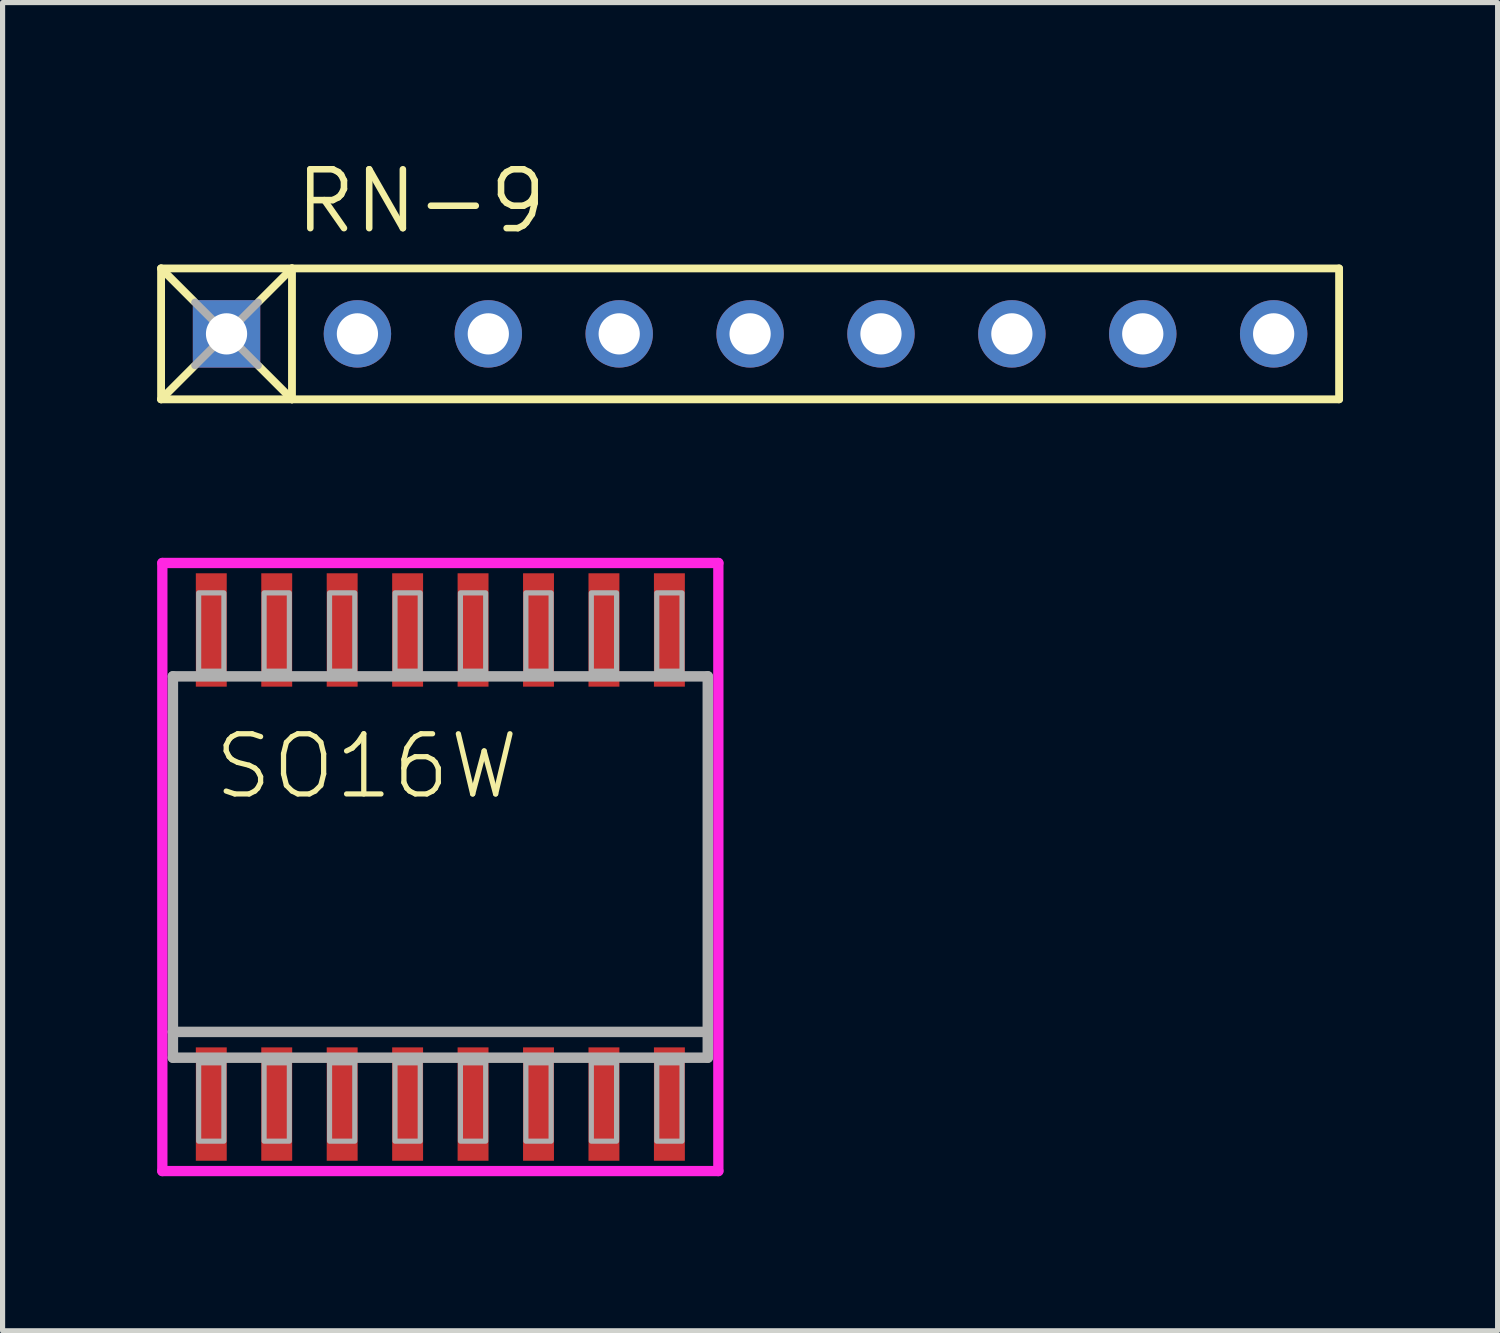
<source format=kicad_pcb>
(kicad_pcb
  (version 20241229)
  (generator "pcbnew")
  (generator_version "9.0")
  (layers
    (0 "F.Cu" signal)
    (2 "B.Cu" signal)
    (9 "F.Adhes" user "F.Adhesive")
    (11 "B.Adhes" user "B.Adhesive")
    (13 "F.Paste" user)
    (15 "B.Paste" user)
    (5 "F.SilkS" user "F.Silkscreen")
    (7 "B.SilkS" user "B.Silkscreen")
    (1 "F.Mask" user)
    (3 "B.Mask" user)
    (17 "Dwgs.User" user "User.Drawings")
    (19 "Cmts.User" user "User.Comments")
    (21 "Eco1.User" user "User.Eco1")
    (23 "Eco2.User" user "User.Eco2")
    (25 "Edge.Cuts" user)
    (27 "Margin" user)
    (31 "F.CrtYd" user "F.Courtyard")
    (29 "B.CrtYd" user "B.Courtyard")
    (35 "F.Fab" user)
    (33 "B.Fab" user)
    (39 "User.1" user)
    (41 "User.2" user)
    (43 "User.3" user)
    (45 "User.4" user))
  (footprint "SO16W"
    (layer "F.Cu")
    (at 5.495 13.775)
    (property "Reference" "SO16W" (at -4.445 -1.27 0) (layer "F.SilkS") (effects (font (size 1.168 1.168) (thickness 0.102)) (justify left bottom)))
    (fp_line (start -5.395 -5.9) (end 5.395 -5.9) (stroke (width 0.2) (type solid)) (layer "F.CrtYd"))
    (fp_line (start -5.395 5.9) (end -5.395 -5.9) (stroke (width 0.2) (type solid)) (layer "F.CrtYd"))
    (fp_line (start 5.395 -5.9) (end 5.395 5.9) (stroke (width 0.2) (type solid)) (layer "F.CrtYd"))
    (fp_line (start 5.395 5.9) (end -5.395 5.9) (stroke (width 0.2) (type solid)) (layer "F.CrtYd"))
    (fp_line (start -5.19 -3.7) (end 5.19 -3.7) (stroke (width 0.203) (type solid)) (layer "F.Fab"))
    (fp_line (start -5.19 3.2) (end -5.19 -3.7) (stroke (width 0.203) (type solid)) (layer "F.Fab"))
    (fp_line (start -5.19 3.7) (end -5.19 3.2) (stroke (width 0.203) (type solid)) (layer "F.Fab"))
    (fp_line (start 5.19 -3.7) (end 5.19 3.2) (stroke (width 0.203) (type solid)) (layer "F.Fab"))
    (fp_line (start 5.19 3.2) (end -5.19 3.2) (stroke (width 0.203) (type solid)) (layer "F.Fab"))
    (fp_line (start 5.19 3.2) (end 5.19 3.7) (stroke (width 0.203) (type solid)) (layer "F.Fab"))
    (fp_line (start 5.19 3.7) (end -5.19 3.7) (stroke (width 0.203) (type solid)) (layer "F.Fab"))
    (fp_poly (pts (xy -4.69 -3.8) (xy -4.2 -3.8) (xy -4.2 -5.32) (xy -4.69 -5.32)) (stroke (width 0.1) (type default)) (fill no) (layer "F.Fab"))
    (fp_poly (pts (xy -4.69 5.32) (xy -4.2 5.32) (xy -4.2 3.8) (xy -4.69 3.8)) (stroke (width 0.1) (type default)) (fill no) (layer "F.Fab"))
    (fp_poly (pts (xy -3.42 -3.8) (xy -2.93 -3.8) (xy -2.93 -5.32) (xy -3.42 -5.32)) (stroke (width 0.1) (type default)) (fill no) (layer "F.Fab"))
    (fp_poly (pts (xy -3.42 5.32) (xy -2.93 5.32) (xy -2.93 3.8) (xy -3.42 3.8)) (stroke (width 0.1) (type default)) (fill no) (layer "F.Fab"))
    (fp_poly (pts (xy -2.15 -3.8) (xy -1.66 -3.8) (xy -1.66 -5.32) (xy -2.15 -5.32)) (stroke (width 0.1) (type default)) (fill no) (layer "F.Fab"))
    (fp_poly (pts (xy -2.15 5.32) (xy -1.66 5.32) (xy -1.66 3.8) (xy -2.15 3.8)) (stroke (width 0.1) (type default)) (fill no) (layer "F.Fab"))
    (fp_poly (pts (xy -0.88 -3.8) (xy -0.39 -3.8) (xy -0.39 -5.32) (xy -0.88 -5.32)) (stroke (width 0.1) (type default)) (fill no) (layer "F.Fab"))
    (fp_poly (pts (xy -0.88 5.32) (xy -0.39 5.32) (xy -0.39 3.8) (xy -0.88 3.8)) (stroke (width 0.1) (type default)) (fill no) (layer "F.Fab"))
    (fp_poly (pts (xy 0.39 -3.8) (xy 0.88 -3.8) (xy 0.88 -5.32) (xy 0.39 -5.32)) (stroke (width 0.1) (type default)) (fill no) (layer "F.Fab"))
    (fp_poly (pts (xy 0.39 5.32) (xy 0.88 5.32) (xy 0.88 3.8) (xy 0.39 3.8)) (stroke (width 0.1) (type default)) (fill no) (layer "F.Fab"))
    (fp_poly (pts (xy 1.66 -3.8) (xy 2.15 -3.8) (xy 2.15 -5.32) (xy 1.66 -5.32)) (stroke (width 0.1) (type default)) (fill no) (layer "F.Fab"))
    (fp_poly (pts (xy 1.66 5.32) (xy 2.15 5.32) (xy 2.15 3.8) (xy 1.66 3.8)) (stroke (width 0.1) (type default)) (fill no) (layer "F.Fab"))
    (fp_poly (pts (xy 2.93 -3.8) (xy 3.42 -3.8) (xy 3.42 -5.32) (xy 2.93 -5.32)) (stroke (width 0.1) (type default)) (fill no) (layer "F.Fab"))
    (fp_poly (pts (xy 2.93 5.32) (xy 3.42 5.32) (xy 3.42 3.8) (xy 2.93 3.8)) (stroke (width 0.1) (type default)) (fill no) (layer "F.Fab"))
    (fp_poly (pts (xy 4.2 -3.8) (xy 4.69 -3.8) (xy 4.69 -5.32) (xy 4.2 -5.32)) (stroke (width 0.1) (type default)) (fill no) (layer "F.Fab"))
    (fp_poly (pts (xy 4.2 5.32) (xy 4.69 5.32) (xy 4.69 3.8) (xy 4.2 3.8)) (stroke (width 0.1) (type default)) (fill no) (layer "F.Fab"))
    (pad "1" smd rect (at -4.445 4.6) (size 0.6 2.2) (layers "F.Cu" "F.Mask" "F.Paste"))
    (pad "2" smd rect (at -3.175 4.6) (size 0.6 2.2) (layers "F.Cu" "F.Mask" "F.Paste"))
    (pad "3" smd rect (at -1.905 4.6) (size 0.6 2.2) (layers "F.Cu" "F.Mask" "F.Paste"))
    (pad "4" smd rect (at -0.635 4.6) (size 0.6 2.2) (layers "F.Cu" "F.Mask" "F.Paste"))
    (pad "5" smd rect (at 0.635 4.6) (size 0.6 2.2) (layers "F.Cu" "F.Mask" "F.Paste"))
    (pad "6" smd rect (at 1.905 4.6) (size 0.6 2.2) (layers "F.Cu" "F.Mask" "F.Paste"))
    (pad "7" smd rect (at 3.175 4.6) (size 0.6 2.2) (layers "F.Cu" "F.Mask" "F.Paste"))
    (pad "8" smd rect (at 4.445 4.6) (size 0.6 2.2) (layers "F.Cu" "F.Mask" "F.Paste"))
    (pad "9" smd rect (at 4.445 -4.6) (size 0.6 2.2) (layers "F.Cu" "F.Mask" "F.Paste"))
    (pad "10" smd rect (at 3.175 -4.6) (size 0.6 2.2) (layers "F.Cu" "F.Mask" "F.Paste"))
    (pad "11" smd rect (at 1.905 -4.6) (size 0.6 2.2) (layers "F.Cu" "F.Mask" "F.Paste"))
    (pad "12" smd rect (at 0.635 -4.6) (size 0.6 2.2) (layers "F.Cu" "F.Mask" "F.Paste"))
    (pad "13" smd rect (at -0.635 -4.6) (size 0.6 2.2) (layers "F.Cu" "F.Mask" "F.Paste"))
    (pad "14" smd rect (at -1.905 -4.6) (size 0.6 2.2) (layers "F.Cu" "F.Mask" "F.Paste"))
    (pad "15" smd rect (at -3.175 -4.6) (size 0.6 2.2) (layers "F.Cu" "F.Mask" "F.Paste"))
    (pad "16" smd rect (at -4.445 -4.6) (size 0.6 2.2) (layers "F.Cu" "F.Mask" "F.Paste")))
  (footprint "RN-9"
    (layer "F.Cu")
    (at 11.506 3.429)
    (property "Reference" "RN-9" (at -8.89 -1.905 0) (layer "F.SilkS") (effects (font (size 1.143 1.143) (thickness 0.127)) (justify left bottom)))
    (fp_line (start -11.43 -1.27) (end -11.43 1.27) (stroke (width 0.152) (type solid)) (layer "F.SilkS"))
    (fp_line (start -11.43 -1.27) (end -10.795 -0.635) (stroke (width 0.152) (type solid)) (layer "F.SilkS"))
    (fp_line (start -11.43 1.27) (end -10.795 0.635) (stroke (width 0.152) (type solid)) (layer "F.SilkS"))
    (fp_line (start -11.43 1.27) (end -8.89 1.27) (stroke (width 0.152) (type solid)) (layer "F.SilkS"))
    (fp_line (start -8.89 -1.27) (end -11.43 -1.27) (stroke (width 0.152) (type solid)) (layer "F.SilkS"))
    (fp_line (start -8.89 -1.27) (end -9.525 -0.635) (stroke (width 0.152) (type solid)) (layer "F.SilkS"))
    (fp_line (start -8.89 -1.27) (end -8.89 1.27) (stroke (width 0.152) (type solid)) (layer "F.SilkS"))
    (fp_line (start -8.89 1.27) (end -9.525 0.635) (stroke (width 0.152) (type solid)) (layer "F.SilkS"))
    (fp_line (start -8.89 1.27) (end 11.43 1.27) (stroke (width 0.152) (type solid)) (layer "F.SilkS"))
    (fp_line (start 11.43 -1.27) (end -8.89 -1.27) (stroke (width 0.152) (type solid)) (layer "F.SilkS"))
    (fp_line (start 11.43 1.27) (end 11.43 -1.27) (stroke (width 0.152) (type solid)) (layer "F.SilkS"))
    (fp_line (start -10.77 -0.61) (end -9.55 0.61) (stroke (width 0.152) (type solid)) (layer "F.Fab"))
    (fp_line (start -10.77 0.61) (end -9.55 -0.61) (stroke (width 0.152) (type solid)) (layer "F.Fab"))
    (pad "1" thru_hole rect (at -10.16 0 90) (size 1.308 1.308) (drill 0.8) (layers "*.Cu" "*.Mask"))
    (pad "2" thru_hole circle (at -7.62 0 90) (size 1.308 1.308) (drill 0.8) (layers "*.Cu" "*.Mask"))
    (pad "3" thru_hole circle (at -5.08 0 90) (size 1.308 1.308) (drill 0.8) (layers "*.Cu" "*.Mask"))
    (pad "4" thru_hole circle (at -2.54 0 90) (size 1.308 1.308) (drill 0.8) (layers "*.Cu" "*.Mask"))
    (pad "5" thru_hole circle (at 0 0 90) (size 1.308 1.308) (drill 0.8) (layers "*.Cu" "*.Mask"))
    (pad "6" thru_hole circle (at 2.54 0 90) (size 1.308 1.308) (drill 0.8) (layers "*.Cu" "*.Mask"))
    (pad "7" thru_hole circle (at 5.08 0 90) (size 1.308 1.308) (drill 0.8) (layers "*.Cu" "*.Mask"))
    (pad "8" thru_hole circle (at 7.62 0 90) (size 1.308 1.308) (drill 0.8) (layers "*.Cu" "*.Mask"))
    (pad "9" thru_hole circle (at 10.16 0 90) (size 1.308 1.308) (drill 0.8) (layers "*.Cu" "*.Mask")))
  (gr_rect
    (start -3 -3)
    (end 26.012 22.775)
    (stroke (width 0.1) (type default))
    (fill no)
    (layer "Edge.Cuts")))
</source>
